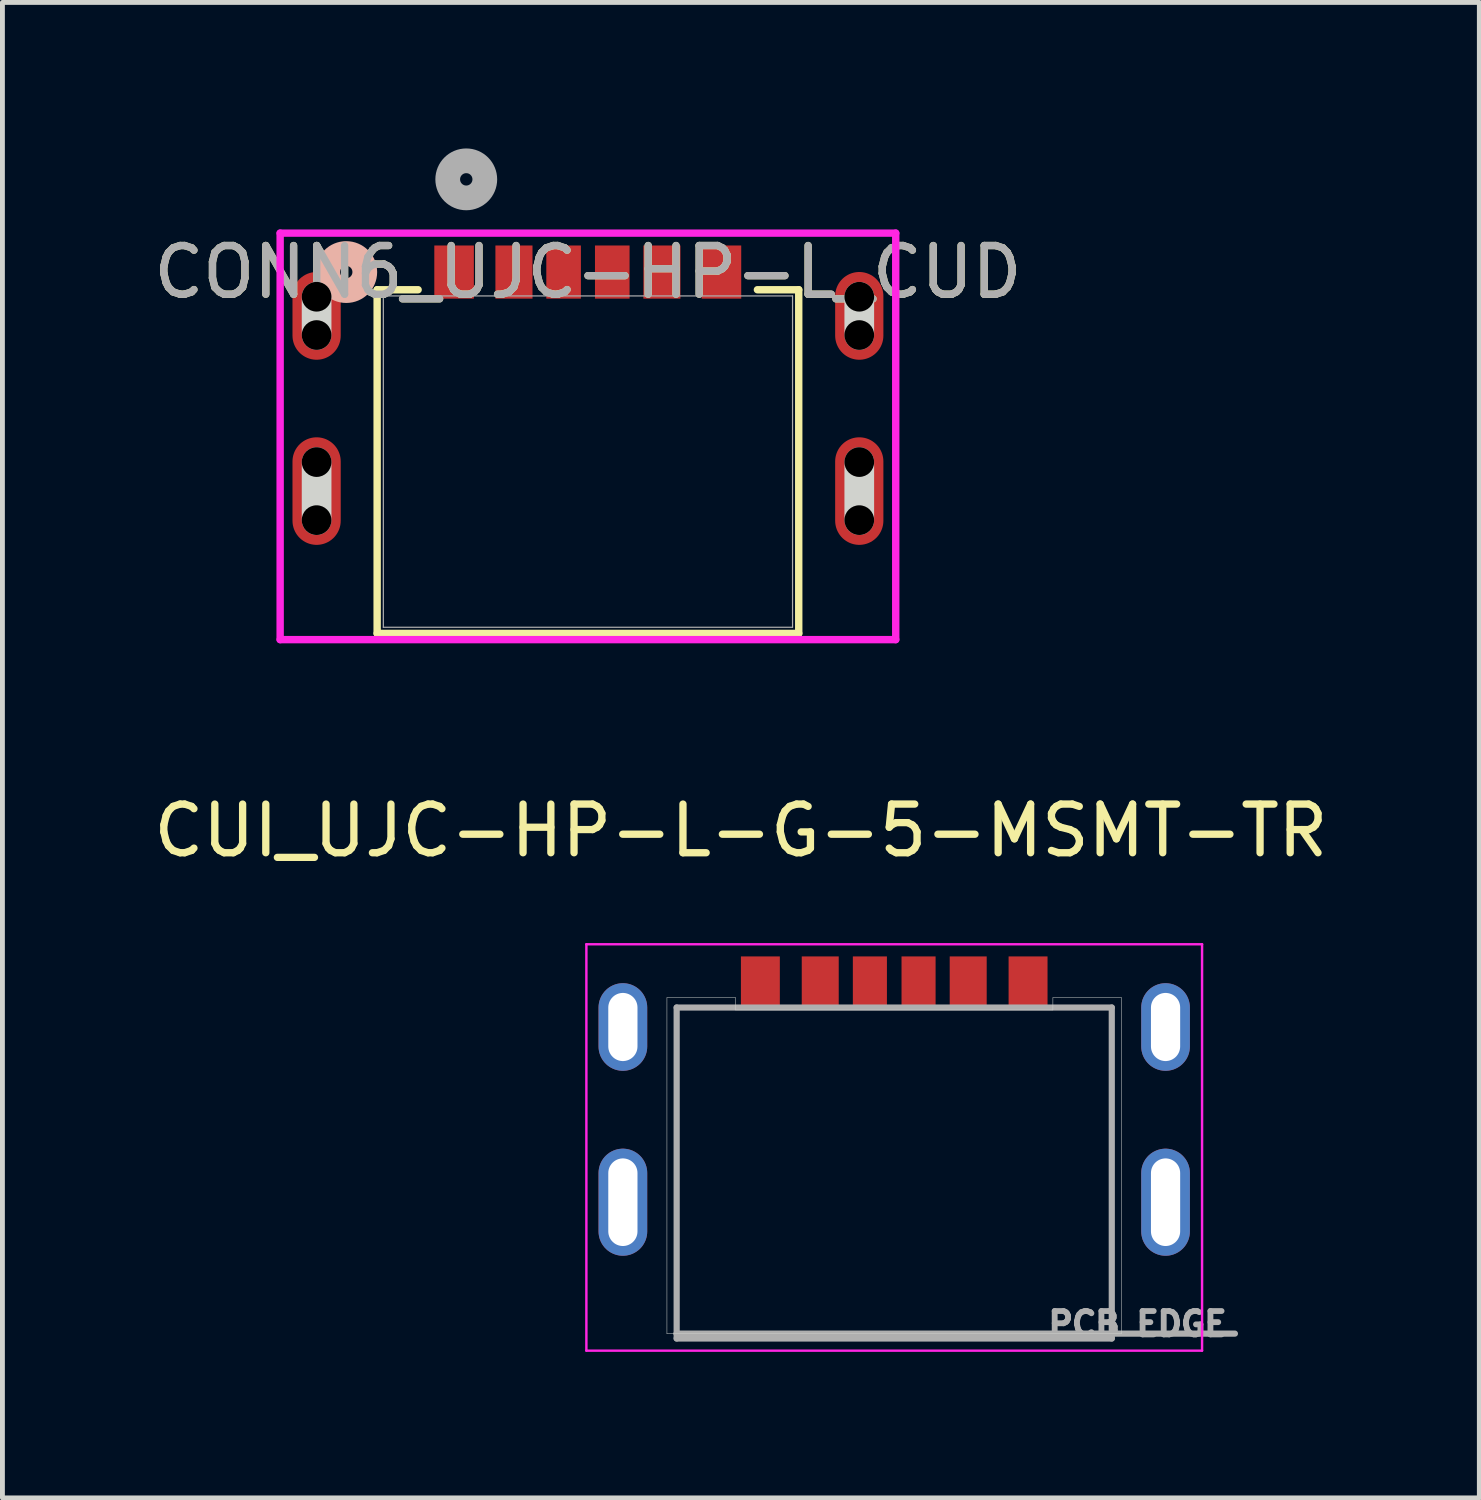
<source format=kicad_pcb>
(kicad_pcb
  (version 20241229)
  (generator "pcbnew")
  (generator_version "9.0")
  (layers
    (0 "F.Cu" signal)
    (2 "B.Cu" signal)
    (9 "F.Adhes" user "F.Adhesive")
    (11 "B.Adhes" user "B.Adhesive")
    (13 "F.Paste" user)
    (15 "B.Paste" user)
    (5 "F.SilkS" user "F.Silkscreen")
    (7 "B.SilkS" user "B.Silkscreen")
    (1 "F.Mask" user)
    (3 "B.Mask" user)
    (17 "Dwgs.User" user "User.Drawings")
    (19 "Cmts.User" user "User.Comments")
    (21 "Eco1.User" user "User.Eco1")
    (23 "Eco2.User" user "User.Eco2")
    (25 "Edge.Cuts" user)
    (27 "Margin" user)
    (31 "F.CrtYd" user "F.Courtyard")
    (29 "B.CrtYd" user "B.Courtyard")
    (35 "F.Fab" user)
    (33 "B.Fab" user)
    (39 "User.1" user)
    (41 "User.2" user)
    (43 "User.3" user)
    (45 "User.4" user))
  (footprint "CONN6_UJC-HP-L_CUD"
    (layer "F.Cu")
    (at 9.03 6.434)
    (property "Reference" "CONN6_UJC-HP-L_CUD" (at 0 -3.894 0) (unlocked yes) (layer "F.SilkS") (effects (font (size 1 1) (thickness 0.15))))
    (attr smd)
    (fp_line (start -4.331 -3.531) (end -3.489 -3.531) (stroke (width 0.152) (type solid)) (layer "F.SilkS"))
    (fp_line (start -4.331 3.531) (end -4.331 -3.531) (stroke (width 0.152) (type solid)) (layer "F.SilkS"))
    (fp_line (start 3.482 -3.531) (end 4.331 -3.531) (stroke (width 0.152) (type solid)) (layer "F.SilkS"))
    (fp_line (start 4.331 -3.531) (end 4.331 3.531) (stroke (width 0.152) (type solid)) (layer "F.SilkS"))
    (fp_line (start 4.331 3.531) (end -4.331 3.531) (stroke (width 0.152) (type solid)) (layer "F.SilkS"))
    (fp_circle (center -4.966 -3.894) (end -4.585 -3.894) (stroke (width 0.508) (type solid)) (fill no) (layer "B.SilkS"))
    (fp_line (start -5.575 1.203) (end -5.575 0.01) (stroke (width 0.61) (type solid)) (layer "Edge.Cuts"))
    (fp_line (start -5.575 -2.6) (end -5.575 -3.387) (stroke (width 0.61) (type solid)) (layer "Edge.Cuts"))
    (fp_line (start 5.575 -2.6) (end 5.575 -3.387) (stroke (width 0.61) (type solid)) (layer "Edge.Cuts"))
    (fp_line (start 5.575 1.203) (end 5.575 0.01) (stroke (width 0.61) (type solid)) (layer "Edge.Cuts"))
    (fp_line (start -6.324 -4.694) (end -6.324 3.658) (stroke (width 0.152) (type solid)) (layer "F.CrtYd"))
    (fp_line (start -6.324 3.658) (end 6.324 3.658) (stroke (width 0.152) (type solid)) (layer "F.CrtYd"))
    (fp_line (start 6.324 -4.694) (end -6.324 -4.694) (stroke (width 0.152) (type solid)) (layer "F.CrtYd"))
    (fp_line (start 6.324 3.658) (end 6.324 -4.694) (stroke (width 0.152) (type solid)) (layer "F.CrtYd"))
    (fp_line (start -4.204 -3.404) (end -4.204 3.404) (stroke (width 0.025) (type solid)) (layer "F.Fab"))
    (fp_line (start -4.204 3.404) (end 4.204 3.404) (stroke (width 0.025) (type solid)) (layer "F.Fab"))
    (fp_line (start 4.204 -3.404) (end -4.204 -3.404) (stroke (width 0.025) (type solid)) (layer "F.Fab"))
    (fp_line (start 4.204 3.404) (end 4.204 -3.404) (stroke (width 0.025) (type solid)) (layer "F.Fab"))
    (fp_circle (center -2.5 -5.799) (end -2.119 -5.799) (stroke (width 0.508) (type solid)) (fill no) (layer "F.Fab"))
    (fp_text user "${REFERENCE}" (at 0 -3.894 0) (unlocked yes) (layer "F.Fab") (effects (font (size 1 1) (thickness 0.15))))
    (pad "" np_thru_hole circle (at -5.575 0.01) (size 0.61 0.61) (drill 0.61) (layers))
    (pad "" np_thru_hole circle (at -5.575 1.203) (size 0.61 0.61) (drill 0.61) (layers))
    (pad "" np_thru_hole circle (at -5.575 -3.387) (size 0.61 0.61) (drill 0.61) (layers))
    (pad "" np_thru_hole circle (at -5.575 -2.6) (size 0.61 0.61) (drill 0.61) (layers))
    (pad "" np_thru_hole circle (at 5.575 -3.387) (size 0.61 0.61) (drill 0.61) (layers))
    (pad "" np_thru_hole circle (at 5.575 -2.6) (size 0.61 0.61) (drill 0.61) (layers))
    (pad "" np_thru_hole circle (at 5.575 0.01) (size 0.61 0.61) (drill 0.61) (layers))
    (pad "" np_thru_hole circle (at 5.575 1.203) (size 0.61 0.61) (drill 0.61) (layers))
    (pad "7" smd oval (at -5.575 -2.994) (size 0.991 1.803) (layers "F.Cu" "F.Mask" "F.Paste"))
    (pad "8" smd oval (at 5.575 -2.994) (size 0.991 1.803) (layers "F.Cu" "F.Mask" "F.Paste"))
    (pad "9" smd oval (at -5.575 0.606) (size 0.991 2.21) (layers "F.Cu" "F.Mask" "F.Paste"))
    (pad "10" smd oval (at 5.575 0.606) (size 0.991 2.21) (layers "F.Cu" "F.Mask" "F.Paste"))
    (pad "A5" smd rect (at -0.5 -3.894) (size 0.711 1.092) (layers "F.Cu" "F.Mask" "F.Paste"))
    (pad "A9" smd rect (at 1.52 -3.894) (size 0.762 1.092) (layers "F.Cu" "F.Mask" "F.Paste"))
    (pad "A12" smd rect (at 2.743 -3.894) (size 0.813 1.092) (layers "F.Cu" "F.Mask" "F.Paste"))
    (pad "B5" smd rect (at 0.5 -3.894) (size 0.711 1.092) (layers "F.Cu" "F.Mask" "F.Paste"))
    (pad "B9" smd rect (at -1.52 -3.894) (size 0.762 1.092) (layers "F.Cu" "F.Mask" "F.Paste"))
    (pad "B12" smd rect (at -2.75 -3.894) (size 0.813 1.092) (layers "F.Cu" "F.Mask" "F.Paste")))
  (footprint "CUI_UJC-HP-L-G-5-MSMT-TR"
    (layer "F.Cu")
    (at 15.323 21.651)
    (property "Reference" "CUI_UJC-HP-L-G-5-MSMT-TR" (at -3.15 -7.635 0) (layer "F.SilkS") (effects (font (size 1 1) (thickness 0.15))))
    (attr smd)
    (fp_line (start -4.67 -4.2) (end -3.26 -4.2) (stroke (width 0.01) (type solid)) (layer "Edge.Cuts"))
    (fp_line (start -4.67 2.7) (end -4.67 -4.2) (stroke (width 0.01) (type solid)) (layer "Edge.Cuts"))
    (fp_line (start -3.26 -4.2) (end -3.26 -3.95) (stroke (width 0.01) (type solid)) (layer "Edge.Cuts"))
    (fp_line (start -3.26 -3.95) (end 3.26 -3.95) (stroke (width 0.01) (type solid)) (layer "Edge.Cuts"))
    (fp_line (start 3.26 -4.2) (end 4.67 -4.2) (stroke (width 0.01) (type solid)) (layer "Edge.Cuts"))
    (fp_line (start 3.26 -3.95) (end 3.26 -4.2) (stroke (width 0.01) (type solid)) (layer "Edge.Cuts"))
    (fp_line (start 4.67 -4.2) (end 4.67 2.7) (stroke (width 0.01) (type solid)) (layer "Edge.Cuts"))
    (fp_line (start 4.67 2.7) (end -4.67 2.7) (stroke (width 0.01) (type solid)) (layer "Edge.Cuts"))
    (fp_line (start -6.325 -5.3) (end -6.325 3.05) (stroke (width 0.05) (type solid)) (layer "F.CrtYd"))
    (fp_line (start -6.325 3.05) (end 6.325 3.05) (stroke (width 0.05) (type solid)) (layer "F.CrtYd"))
    (fp_line (start 6.325 -5.3) (end -6.325 -5.3) (stroke (width 0.05) (type solid)) (layer "F.CrtYd"))
    (fp_line (start 6.325 3.05) (end 6.325 -5.3) (stroke (width 0.05) (type solid)) (layer "F.CrtYd"))
    (fp_line (start -4.47 -4) (end 4.47 -4) (stroke (width 0.127) (type solid)) (layer "F.Fab"))
    (fp_line (start -4.47 2.7) (end -4.47 -4) (stroke (width 0.127) (type solid)) (layer "F.Fab"))
    (fp_line (start -4.47 2.8) (end -4.47 2.7) (stroke (width 0.127) (type solid)) (layer "F.Fab"))
    (fp_line (start 4.47 -4) (end 4.47 2.8) (stroke (width 0.127) (type solid)) (layer "F.Fab"))
    (fp_line (start 4.47 2.8) (end -4.47 2.8) (stroke (width 0.127) (type solid)) (layer "F.Fab"))
    (fp_line (start 7 2.7) (end -4.47 2.7) (stroke (width 0.127) (type solid)) (layer "F.Fab"))
    (fp_text user "PCB EDGE" (at 5 2.5 0) (layer "F.Fab") (effects (font (size 0.48 0.48) (thickness 0.15))))
    (pad "A5" smd rect (at -0.5 -4.5) (size 0.7 1.1) (layers "F.Cu" "F.Mask" "F.Paste"))
    (pad "A9" smd rect (at 1.52 -4.5) (size 0.76 1.1) (layers "F.Cu" "F.Mask" "F.Paste"))
    (pad "A12" smd rect (at 2.75 -4.5) (size 0.8 1.1) (layers "F.Cu" "F.Mask" "F.Paste"))
    (pad "B5" smd rect (at 0.5 -4.5) (size 0.7 1.1) (layers "F.Cu" "F.Mask" "F.Paste"))
    (pad "B9" smd rect (at -1.52 -4.5) (size 0.76 1.1) (layers "F.Cu" "F.Mask" "F.Paste"))
    (pad "B12" smd rect (at -2.75 -4.5) (size 0.8 1.1) (layers "F.Cu" "F.Mask" "F.Paste"))
    (pad "SH1" thru_hole oval (at -5.575 0) (size 1 2.2) (drill oval 0.6 1.8) (layers "*.Cu" "*.Mask"))
    (pad "SH2" thru_hole oval (at 5.575 0) (size 1 2.2) (drill oval 0.6 1.8) (layers "*.Cu" "*.Mask"))
    (pad "SH3" thru_hole oval (at -5.575 -3.6) (size 1 1.8) (drill oval 0.6 1.4) (layers "*.Cu" "*.Mask"))
    (pad "SH4" thru_hole oval (at 5.575 -3.6) (size 1 1.8) (drill oval 0.6 1.4) (layers "*.Cu" "*.Mask")))
  (gr_rect
    (start -3 -3)
    (end 27.345 27.726)
    (stroke (width 0.1) (type default))
    (fill no)
    (layer "Edge.Cuts")))
</source>
